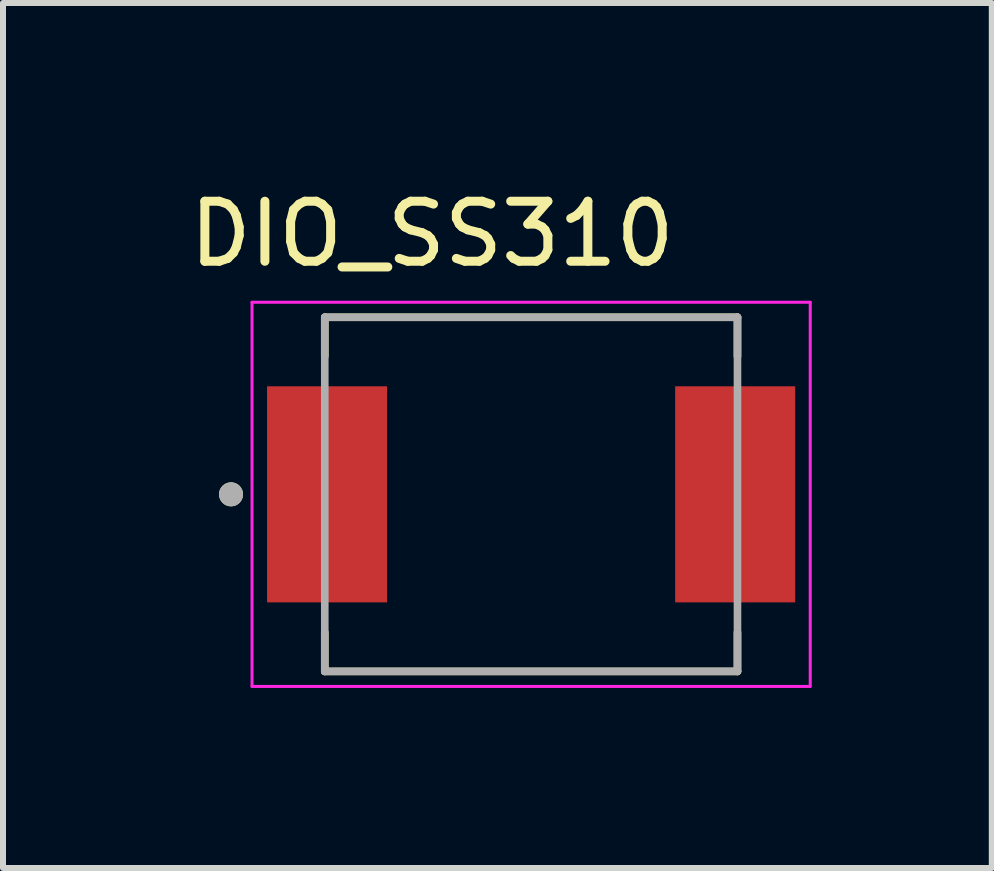
<source format=kicad_pcb>
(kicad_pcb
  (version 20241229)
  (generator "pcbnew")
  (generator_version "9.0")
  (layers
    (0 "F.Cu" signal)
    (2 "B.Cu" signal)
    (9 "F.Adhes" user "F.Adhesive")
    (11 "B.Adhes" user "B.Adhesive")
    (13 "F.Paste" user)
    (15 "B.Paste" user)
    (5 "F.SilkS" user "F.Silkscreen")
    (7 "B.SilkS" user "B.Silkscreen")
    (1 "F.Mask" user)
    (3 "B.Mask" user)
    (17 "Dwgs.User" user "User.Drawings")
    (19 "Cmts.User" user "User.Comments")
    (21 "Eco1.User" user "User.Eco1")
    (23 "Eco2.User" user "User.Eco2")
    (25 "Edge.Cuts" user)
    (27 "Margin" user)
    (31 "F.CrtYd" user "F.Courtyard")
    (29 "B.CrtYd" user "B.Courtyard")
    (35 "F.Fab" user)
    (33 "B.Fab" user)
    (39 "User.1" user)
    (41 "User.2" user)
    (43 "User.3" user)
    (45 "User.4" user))
  (footprint "DIO_SS310"
    (layer "F.Cu")
    (at 5.799 5.186)
    (property "Reference" "DIO_SS310" (at -1.65 -4.338 0) (layer "F.SilkS") (effects (font (size 1 1) (thickness 0.15))))
    (attr smd)
    (fp_line (start -3.438 -2.95) (end -3.438 -2.3) (stroke (width 0.127) (type solid)) (layer "F.SilkS"))
    (fp_line (start -3.438 2.95) (end -3.438 2.3) (stroke (width 0.127) (type solid)) (layer "F.SilkS"))
    (fp_line (start -3.438 2.95) (end 3.438 2.95) (stroke (width 0.127) (type solid)) (layer "F.SilkS"))
    (fp_line (start 3.438 -2.95) (end -3.438 -2.95) (stroke (width 0.127) (type solid)) (layer "F.SilkS"))
    (fp_line (start 3.438 -2.3) (end 3.438 -2.95) (stroke (width 0.127) (type solid)) (layer "F.SilkS"))
    (fp_line (start 3.438 2.95) (end 3.438 2.3) (stroke (width 0.127) (type solid)) (layer "F.SilkS"))
    (fp_circle (center -5 0) (end -4.9 0) (stroke (width 0.2) (type solid)) (fill no) (layer "F.SilkS"))
    (fp_line (start -4.65 -3.2) (end -4.65 3.2) (stroke (width 0.05) (type solid)) (layer "F.CrtYd"))
    (fp_line (start -4.65 3.2) (end 4.65 3.2) (stroke (width 0.05) (type solid)) (layer "F.CrtYd"))
    (fp_line (start 4.65 -3.2) (end -4.65 -3.2) (stroke (width 0.05) (type solid)) (layer "F.CrtYd"))
    (fp_line (start 4.65 3.2) (end 4.65 -3.2) (stroke (width 0.05) (type solid)) (layer "F.CrtYd"))
    (fp_line (start -3.438 -2.95) (end -3.438 2.95) (stroke (width 0.127) (type solid)) (layer "F.Fab"))
    (fp_line (start -3.438 2.95) (end 3.438 2.95) (stroke (width 0.127) (type solid)) (layer "F.Fab"))
    (fp_line (start 3.438 -2.95) (end -3.438 -2.95) (stroke (width 0.127) (type solid)) (layer "F.Fab"))
    (fp_line (start 3.438 2.95) (end 3.438 -2.95) (stroke (width 0.127) (type solid)) (layer "F.Fab"))
    (fp_circle (center -5 0) (end -4.9 0) (stroke (width 0.2) (type solid)) (fill no) (layer "F.Fab"))
    (pad "A" smd rect (at 3.4 0) (size 2 3.6) (layers "F.Cu" "F.Mask" "F.Paste"))
    (pad "C" smd rect (at -3.4 0) (size 2 3.6) (layers "F.Cu" "F.Mask" "F.Paste")))
  (gr_rect
    (start -3 -3)
    (end 13.474 11.411)
    (stroke (width 0.1) (type default))
    (fill no)
    (layer "Edge.Cuts")))
</source>
